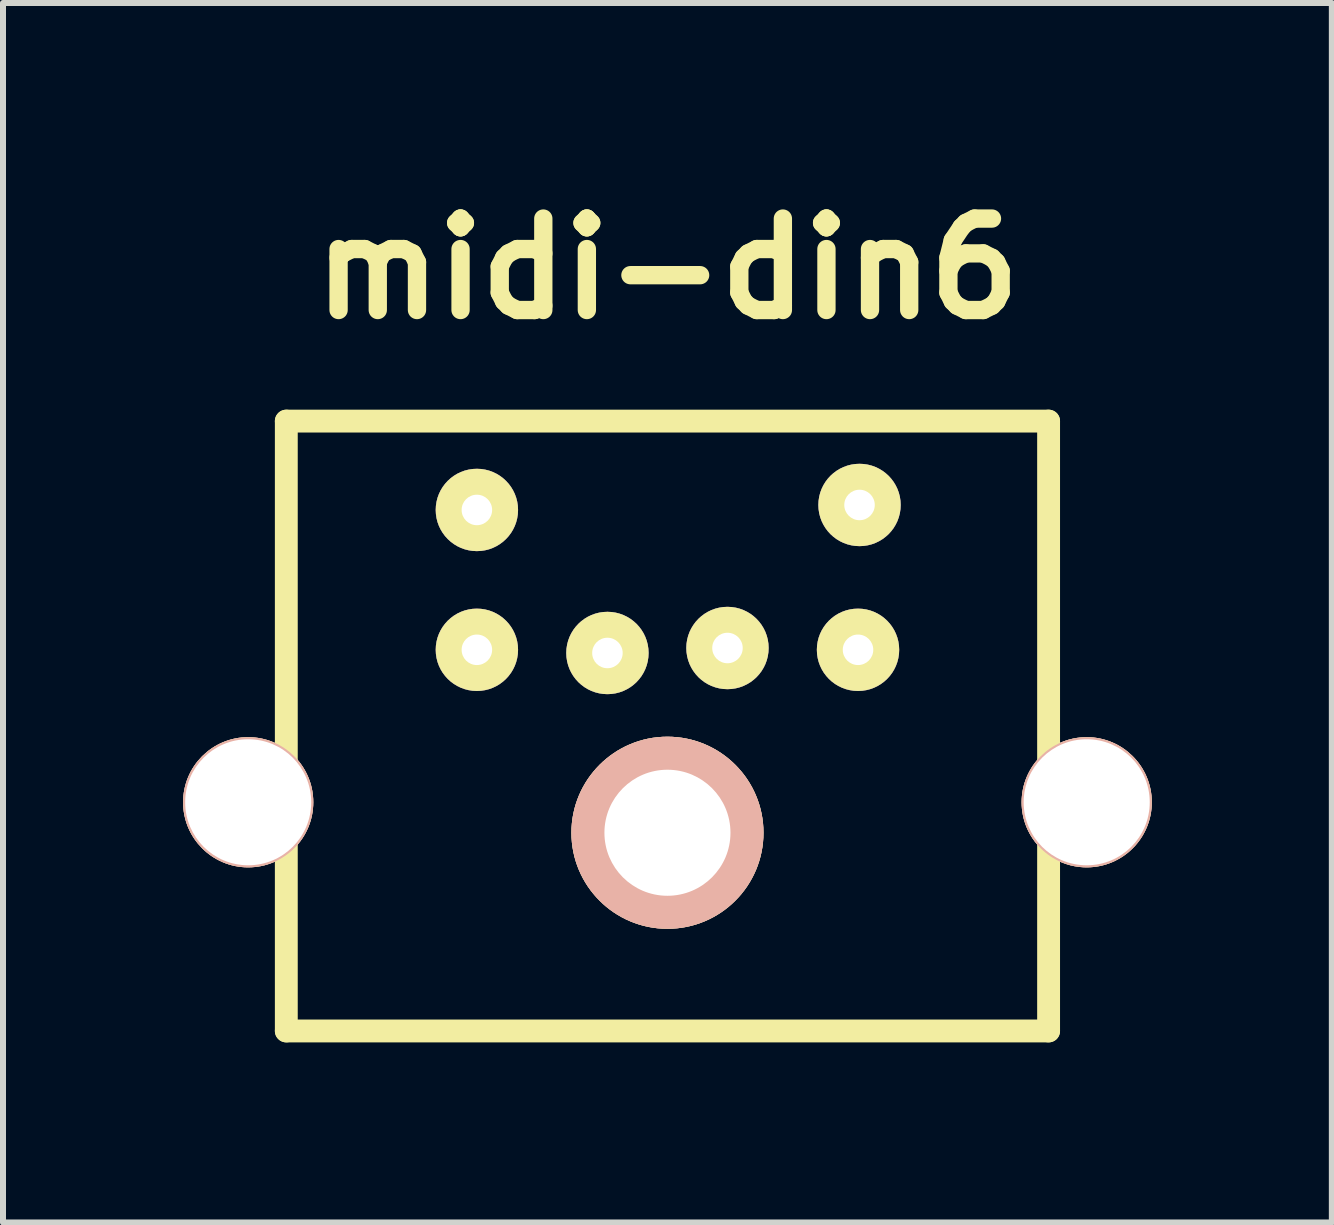
<source format=kicad_pcb>
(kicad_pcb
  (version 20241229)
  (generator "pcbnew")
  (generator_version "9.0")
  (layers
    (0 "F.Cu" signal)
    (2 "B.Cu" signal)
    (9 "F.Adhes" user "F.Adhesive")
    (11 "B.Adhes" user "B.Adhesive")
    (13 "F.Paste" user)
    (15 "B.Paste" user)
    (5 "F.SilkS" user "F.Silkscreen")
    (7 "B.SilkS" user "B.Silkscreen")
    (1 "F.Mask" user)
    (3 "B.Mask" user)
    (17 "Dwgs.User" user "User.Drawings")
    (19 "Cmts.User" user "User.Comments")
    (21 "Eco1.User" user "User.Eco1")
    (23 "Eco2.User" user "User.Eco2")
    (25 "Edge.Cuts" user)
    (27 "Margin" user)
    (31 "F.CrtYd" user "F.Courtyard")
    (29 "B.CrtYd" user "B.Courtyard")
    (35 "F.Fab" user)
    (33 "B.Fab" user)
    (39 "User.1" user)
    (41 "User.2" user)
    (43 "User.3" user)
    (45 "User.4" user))
  (footprint "midi-din6"
    (layer "F.Cu")
    (at 8.07 9.046)
    (property "Reference" "midi-din6" (at 0 -7.62 0) (layer "F.SilkS") (effects (font (size 1.524 1.524) (thickness 0.305))))
    (fp_line (start -6.35 -5.08) (end 6.35 -5.08) (stroke (width 0.381) (type solid)) (layer "F.SilkS"))
    (fp_line (start -6.35 1.27) (end -6.35 -5.08) (stroke (width 0.381) (type solid)) (layer "F.SilkS"))
    (fp_line (start -6.35 5.08) (end -6.35 1.27) (stroke (width 0.381) (type solid)) (layer "F.SilkS"))
    (fp_line (start 6.35 -5.08) (end 6.35 5.08) (stroke (width 0.381) (type solid)) (layer "F.SilkS"))
    (fp_line (start 6.35 5.08) (end -6.35 5.08) (stroke (width 0.381) (type solid)) (layer "F.SilkS"))
    (pad "1" thru_hole circle (at 1 -1.3) (size 1.372 1.372) (drill 0.508) (layers "*.Cu" "*.Mask" "F.SilkS"))
    (pad "2" thru_hole circle (at -1 -1.217) (size 1.372 1.372) (drill 0.508) (layers "*.Cu" "*.Mask" "F.SilkS"))
    (pad "3" thru_hole circle (at 3.2 -3.683) (size 1.372 1.372) (drill 0.508) (layers "*.Cu" "*.Mask" "F.SilkS"))
    (pad "4" thru_hole circle (at -3.175 -3.6) (size 1.372 1.372) (drill 0.508) (layers "*.Cu" "*.Mask" "F.SilkS"))
    (pad "5" thru_hole circle (at 3.175 -1.27) (size 1.372 1.372) (drill 0.508) (layers "*.Cu" "*.Mask" "F.SilkS"))
    (pad "6" thru_hole circle (at -3.175 -1.27) (size 1.372 1.372) (drill 0.508) (layers "*.Cu" "*.Mask" "F.SilkS"))
    (pad "GND" thru_hole circle (at -6.985 1.27) (size 2.169 2.169) (drill 2.1) (layers "*.Cu" "*.SilkS" "*.Mask"))
    (pad "GND" thru_hole circle (at 0 1.778) (size 3.2 3.2) (drill 2.1) (layers "*.Cu" "*.SilkS" "*.Mask"))
    (pad "GND" thru_hole circle (at 6.985 1.27) (size 2.169 2.169) (drill 2.1) (layers "*.Cu" "*.SilkS" "*.Mask")))
  (gr_rect
    (start -3 -3)
    (end 19.139 17.317)
    (stroke (width 0.1) (type default))
    (fill no)
    (layer "Edge.Cuts")))
</source>
